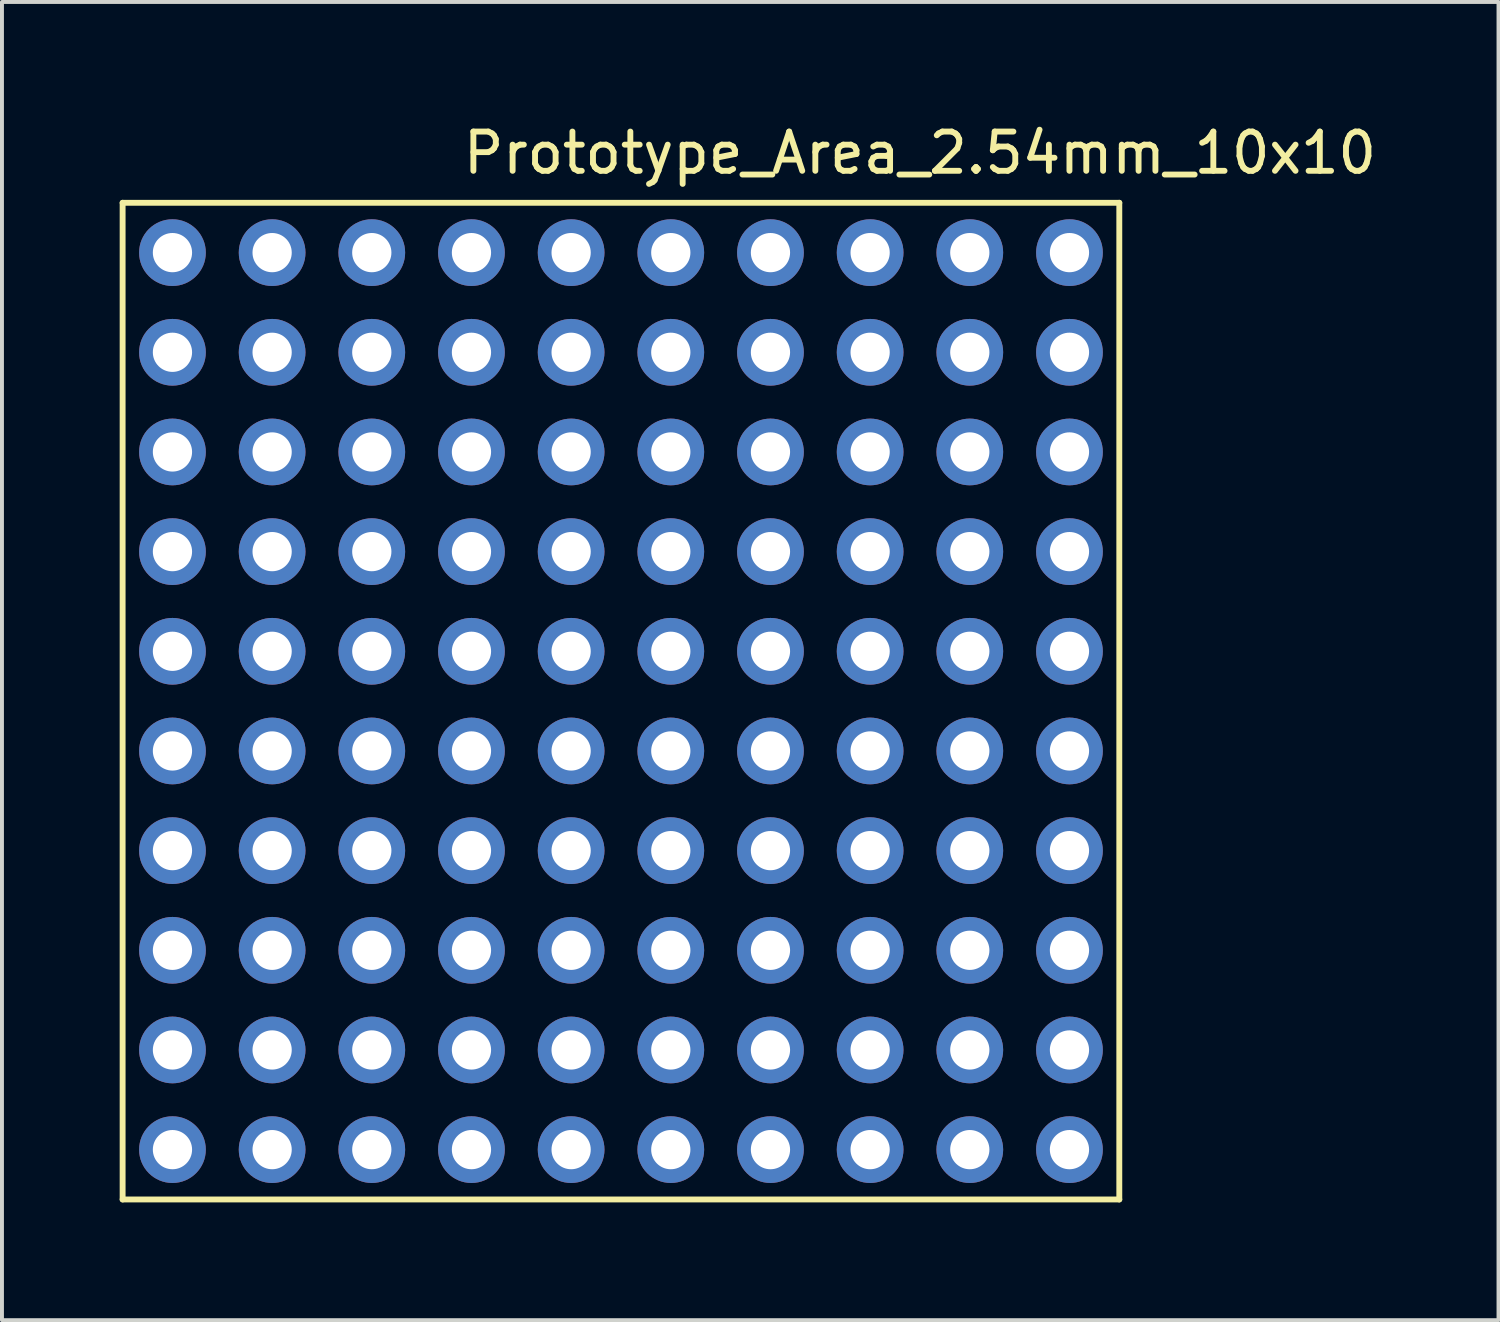
<source format=kicad_pcb>
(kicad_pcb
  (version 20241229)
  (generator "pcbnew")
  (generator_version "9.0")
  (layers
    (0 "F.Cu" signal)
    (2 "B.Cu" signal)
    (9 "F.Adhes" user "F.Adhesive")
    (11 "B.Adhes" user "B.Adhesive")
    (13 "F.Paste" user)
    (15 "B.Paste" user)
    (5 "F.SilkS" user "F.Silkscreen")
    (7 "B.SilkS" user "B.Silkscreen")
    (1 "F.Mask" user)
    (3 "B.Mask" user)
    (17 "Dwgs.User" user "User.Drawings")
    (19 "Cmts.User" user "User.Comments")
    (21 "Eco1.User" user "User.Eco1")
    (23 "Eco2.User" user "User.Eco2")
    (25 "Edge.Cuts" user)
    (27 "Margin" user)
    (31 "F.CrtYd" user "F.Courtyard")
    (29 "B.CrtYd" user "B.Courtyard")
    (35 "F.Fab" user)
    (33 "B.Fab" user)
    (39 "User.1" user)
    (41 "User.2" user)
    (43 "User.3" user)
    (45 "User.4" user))
  (footprint "Prototype_Area_2.54mm_10x10"
    (layer "F.Cu")
    (at 24.205 3.388)
    (property "Reference" "Prototype_Area_2.54mm_10x10" (at -3.81 -2.54 0) (layer "F.SilkS") (effects (font (size 1 1) (thickness 0.15))))
    (attr through_hole)
    (fp_line (start -24.13 -1.27) (end 1.27 -1.27) (stroke (width 0.15) (type solid)) (layer "F.SilkS"))
    (fp_line (start -24.13 24.13) (end -24.13 -1.27) (stroke (width 0.15) (type solid)) (layer "F.SilkS"))
    (fp_line (start 1.27 -1.27) (end 1.27 24.13) (stroke (width 0.15) (type solid)) (layer "F.SilkS"))
    (fp_line (start 1.27 24.13) (end -24.13 24.13) (stroke (width 0.15) (type solid)) (layer "F.SilkS"))
    (pad "1" thru_hole circle (at 0 0) (size 1.7 1.7) (drill 1) (layers "*.Cu" "*.Mask"))
    (pad "2" thru_hole oval (at -2.54 0) (size 1.7 1.7) (drill 1) (layers "*.Cu" "*.Mask"))
    (pad "3" thru_hole oval (at -5.08 0) (size 1.7 1.7) (drill 1) (layers "*.Cu" "*.Mask"))
    (pad "4" thru_hole oval (at -7.62 0) (size 1.7 1.7) (drill 1) (layers "*.Cu" "*.Mask"))
    (pad "5" thru_hole circle (at -10.16 0) (size 1.7 1.7) (drill 1) (layers "*.Cu" "*.Mask"))
    (pad "6" thru_hole oval (at -12.7 0) (size 1.7 1.7) (drill 1) (layers "*.Cu" "*.Mask"))
    (pad "7" thru_hole oval (at -15.24 0) (size 1.7 1.7) (drill 1) (layers "*.Cu" "*.Mask"))
    (pad "8" thru_hole oval (at -17.78 0) (size 1.7 1.7) (drill 1) (layers "*.Cu" "*.Mask"))
    (pad "9" thru_hole oval (at -20.32 0) (size 1.7 1.7) (drill 1) (layers "*.Cu" "*.Mask"))
    (pad "10" thru_hole oval (at -22.86 0) (size 1.7 1.7) (drill 1) (layers "*.Cu" "*.Mask"))
    (pad "11" thru_hole oval (at -22.86 2.54) (size 1.7 1.7) (drill 1) (layers "*.Cu" "*.Mask"))
    (pad "12" thru_hole oval (at -20.32 2.54) (size 1.7 1.7) (drill 1) (layers "*.Cu" "*.Mask"))
    (pad "13" thru_hole oval (at -17.78 2.54) (size 1.7 1.7) (drill 1) (layers "*.Cu" "*.Mask"))
    (pad "14" thru_hole oval (at -15.24 2.54) (size 1.7 1.7) (drill 1) (layers "*.Cu" "*.Mask"))
    (pad "15" thru_hole oval (at -12.7 2.54) (size 1.7 1.7) (drill 1) (layers "*.Cu" "*.Mask"))
    (pad "16" thru_hole oval (at -10.16 2.54) (size 1.7 1.7) (drill 1) (layers "*.Cu" "*.Mask"))
    (pad "17" thru_hole oval (at -7.62 2.54) (size 1.7 1.7) (drill 1) (layers "*.Cu" "*.Mask"))
    (pad "18" thru_hole oval (at -5.08 2.54) (size 1.7 1.7) (drill 1) (layers "*.Cu" "*.Mask"))
    (pad "19" thru_hole oval (at -2.54 2.54) (size 1.7 1.7) (drill 1) (layers "*.Cu" "*.Mask"))
    (pad "20" thru_hole oval (at 0 2.54) (size 1.7 1.7) (drill 1) (layers "*.Cu" "*.Mask"))
    (pad "21" thru_hole oval (at 0 5.08) (size 1.7 1.7) (drill 1) (layers "*.Cu" "*.Mask"))
    (pad "22" thru_hole oval (at -2.54 5.08) (size 1.7 1.7) (drill 1) (layers "*.Cu" "*.Mask"))
    (pad "23" thru_hole oval (at -5.08 5.08) (size 1.7 1.7) (drill 1) (layers "*.Cu" "*.Mask"))
    (pad "24" thru_hole oval (at -7.62 5.08) (size 1.7 1.7) (drill 1) (layers "*.Cu" "*.Mask"))
    (pad "25" thru_hole oval (at -10.16 5.08) (size 1.7 1.7) (drill 1) (layers "*.Cu" "*.Mask"))
    (pad "26" thru_hole oval (at -12.7 5.08) (size 1.7 1.7) (drill 1) (layers "*.Cu" "*.Mask"))
    (pad "27" thru_hole oval (at -15.24 5.08) (size 1.7 1.7) (drill 1) (layers "*.Cu" "*.Mask"))
    (pad "28" thru_hole oval (at -17.78 5.08) (size 1.7 1.7) (drill 1) (layers "*.Cu" "*.Mask"))
    (pad "29" thru_hole oval (at -20.32 5.08) (size 1.7 1.7) (drill 1) (layers "*.Cu" "*.Mask"))
    (pad "30" thru_hole oval (at -22.86 5.08) (size 1.7 1.7) (drill 1) (layers "*.Cu" "*.Mask"))
    (pad "31" thru_hole oval (at -22.86 7.62) (size 1.7 1.7) (drill 1) (layers "*.Cu" "*.Mask"))
    (pad "32" thru_hole oval (at -20.32 7.62) (size 1.7 1.7) (drill 1) (layers "*.Cu" "*.Mask"))
    (pad "33" thru_hole oval (at -17.78 7.62) (size 1.7 1.7) (drill 1) (layers "*.Cu" "*.Mask"))
    (pad "34" thru_hole oval (at -15.24 7.62) (size 1.7 1.7) (drill 1) (layers "*.Cu" "*.Mask"))
    (pad "35" thru_hole oval (at -12.7 7.62) (size 1.7 1.7) (drill 1) (layers "*.Cu" "*.Mask"))
    (pad "36" thru_hole oval (at -10.16 7.62) (size 1.7 1.7) (drill 1) (layers "*.Cu" "*.Mask"))
    (pad "37" thru_hole oval (at -7.62 7.62) (size 1.7 1.7) (drill 1) (layers "*.Cu" "*.Mask"))
    (pad "38" thru_hole oval (at -5.08 7.62) (size 1.7 1.7) (drill 1) (layers "*.Cu" "*.Mask"))
    (pad "39" thru_hole oval (at -2.54 7.62) (size 1.7 1.7) (drill 1) (layers "*.Cu" "*.Mask"))
    (pad "40" thru_hole oval (at 0 7.62) (size 1.7 1.7) (drill 1) (layers "*.Cu" "*.Mask"))
    (pad "41" thru_hole oval (at 0 10.16) (size 1.7 1.7) (drill 1) (layers "*.Cu" "*.Mask"))
    (pad "42" thru_hole oval (at -2.54 10.16) (size 1.7 1.7) (drill 1) (layers "*.Cu" "*.Mask"))
    (pad "43" thru_hole oval (at -5.08 10.16) (size 1.7 1.7) (drill 1) (layers "*.Cu" "*.Mask"))
    (pad "44" thru_hole oval (at -7.62 10.16) (size 1.7 1.7) (drill 1) (layers "*.Cu" "*.Mask"))
    (pad "45" thru_hole oval (at -10.16 10.16) (size 1.7 1.7) (drill 1) (layers "*.Cu" "*.Mask"))
    (pad "46" thru_hole oval (at -12.7 10.16) (size 1.7 1.7) (drill 1) (layers "*.Cu" "*.Mask"))
    (pad "47" thru_hole oval (at -15.24 10.16) (size 1.7 1.7) (drill 1) (layers "*.Cu" "*.Mask"))
    (pad "48" thru_hole oval (at -17.78 10.16) (size 1.7 1.7) (drill 1) (layers "*.Cu" "*.Mask"))
    (pad "49" thru_hole oval (at -20.32 10.16) (size 1.7 1.7) (drill 1) (layers "*.Cu" "*.Mask"))
    (pad "50" thru_hole oval (at -22.86 10.16) (size 1.7 1.7) (drill 1) (layers "*.Cu" "*.Mask"))
    (pad "51" thru_hole oval (at -22.86 12.7) (size 1.7 1.7) (drill 1) (layers "*.Cu" "*.Mask"))
    (pad "52" thru_hole oval (at -20.32 12.7) (size 1.7 1.7) (drill 1) (layers "*.Cu" "*.Mask"))
    (pad "53" thru_hole oval (at -17.78 12.7) (size 1.7 1.7) (drill 1) (layers "*.Cu" "*.Mask"))
    (pad "54" thru_hole oval (at -15.24 12.7) (size 1.7 1.7) (drill 1) (layers "*.Cu" "*.Mask"))
    (pad "55" thru_hole oval (at -12.7 12.7) (size 1.7 1.7) (drill 1) (layers "*.Cu" "*.Mask"))
    (pad "56" thru_hole oval (at -10.16 12.7) (size 1.7 1.7) (drill 1) (layers "*.Cu" "*.Mask"))
    (pad "57" thru_hole oval (at -7.62 12.7) (size 1.7 1.7) (drill 1) (layers "*.Cu" "*.Mask"))
    (pad "58" thru_hole oval (at -5.08 12.7) (size 1.7 1.7) (drill 1) (layers "*.Cu" "*.Mask"))
    (pad "59" thru_hole oval (at -2.54 12.7) (size 1.7 1.7) (drill 1) (layers "*.Cu" "*.Mask"))
    (pad "60" thru_hole oval (at 0 12.7) (size 1.7 1.7) (drill 1) (layers "*.Cu" "*.Mask"))
    (pad "61" thru_hole oval (at 0 15.24) (size 1.7 1.7) (drill 1) (layers "*.Cu" "*.Mask"))
    (pad "62" thru_hole oval (at -2.54 15.24) (size 1.7 1.7) (drill 1) (layers "*.Cu" "*.Mask"))
    (pad "63" thru_hole oval (at -5.08 15.24) (size 1.7 1.7) (drill 1) (layers "*.Cu" "*.Mask"))
    (pad "64" thru_hole oval (at -7.62 15.24) (size 1.7 1.7) (drill 1) (layers "*.Cu" "*.Mask"))
    (pad "65" thru_hole oval (at -10.16 15.24) (size 1.7 1.7) (drill 1) (layers "*.Cu" "*.Mask"))
    (pad "66" thru_hole oval (at -12.7 15.24) (size 1.7 1.7) (drill 1) (layers "*.Cu" "*.Mask"))
    (pad "67" thru_hole oval (at -15.24 15.24) (size 1.7 1.7) (drill 1) (layers "*.Cu" "*.Mask"))
    (pad "68" thru_hole oval (at -17.78 15.24) (size 1.7 1.7) (drill 1) (layers "*.Cu" "*.Mask"))
    (pad "69" thru_hole oval (at -20.32 15.24) (size 1.7 1.7) (drill 1) (layers "*.Cu" "*.Mask"))
    (pad "70" thru_hole oval (at -22.86 15.24) (size 1.7 1.7) (drill 1) (layers "*.Cu" "*.Mask"))
    (pad "71" thru_hole oval (at -22.86 17.78) (size 1.7 1.7) (drill 1) (layers "*.Cu" "*.Mask"))
    (pad "72" thru_hole oval (at -20.32 17.78) (size 1.7 1.7) (drill 1) (layers "*.Cu" "*.Mask"))
    (pad "73" thru_hole oval (at -17.78 17.78) (size 1.7 1.7) (drill 1) (layers "*.Cu" "*.Mask"))
    (pad "74" thru_hole oval (at -15.24 17.78) (size 1.7 1.7) (drill 1) (layers "*.Cu" "*.Mask"))
    (pad "75" thru_hole oval (at -12.7 17.78) (size 1.7 1.7) (drill 1) (layers "*.Cu" "*.Mask"))
    (pad "76" thru_hole oval (at -10.16 17.78) (size 1.7 1.7) (drill 1) (layers "*.Cu" "*.Mask"))
    (pad "77" thru_hole oval (at -7.62 17.78) (size 1.7 1.7) (drill 1) (layers "*.Cu" "*.Mask"))
    (pad "78" thru_hole oval (at -5.08 17.78) (size 1.7 1.7) (drill 1) (layers "*.Cu" "*.Mask"))
    (pad "79" thru_hole oval (at -2.54 17.78) (size 1.7 1.7) (drill 1) (layers "*.Cu" "*.Mask"))
    (pad "80" thru_hole oval (at 0 17.78) (size 1.7 1.7) (drill 1) (layers "*.Cu" "*.Mask"))
    (pad "81" thru_hole oval (at 0 20.32) (size 1.7 1.7) (drill 1) (layers "*.Cu" "*.Mask"))
    (pad "82" thru_hole oval (at -2.54 20.32) (size 1.7 1.7) (drill 1) (layers "*.Cu" "*.Mask"))
    (pad "83" thru_hole oval (at -5.08 20.32) (size 1.7 1.7) (drill 1) (layers "*.Cu" "*.Mask"))
    (pad "84" thru_hole oval (at -7.62 20.32) (size 1.7 1.7) (drill 1) (layers "*.Cu" "*.Mask"))
    (pad "85" thru_hole oval (at -10.16 20.32) (size 1.7 1.7) (drill 1) (layers "*.Cu" "*.Mask"))
    (pad "86" thru_hole oval (at -12.7 20.32) (size 1.7 1.7) (drill 1) (layers "*.Cu" "*.Mask"))
    (pad "87" thru_hole oval (at -15.24 20.32) (size 1.7 1.7) (drill 1) (layers "*.Cu" "*.Mask"))
    (pad "88" thru_hole oval (at -17.78 20.32) (size 1.7 1.7) (drill 1) (layers "*.Cu" "*.Mask"))
    (pad "89" thru_hole oval (at -20.32 20.32) (size 1.7 1.7) (drill 1) (layers "*.Cu" "*.Mask"))
    (pad "90" thru_hole oval (at -22.86 20.32) (size 1.7 1.7) (drill 1) (layers "*.Cu" "*.Mask"))
    (pad "91" thru_hole oval (at -22.86 22.86) (size 1.7 1.7) (drill 1) (layers "*.Cu" "*.Mask"))
    (pad "92" thru_hole oval (at -20.32 22.86) (size 1.7 1.7) (drill 1) (layers "*.Cu" "*.Mask"))
    (pad "93" thru_hole oval (at -17.78 22.86) (size 1.7 1.7) (drill 1) (layers "*.Cu" "*.Mask"))
    (pad "94" thru_hole oval (at -15.24 22.86) (size 1.7 1.7) (drill 1) (layers "*.Cu" "*.Mask"))
    (pad "95" thru_hole oval (at -12.7 22.86) (size 1.7 1.7) (drill 1) (layers "*.Cu" "*.Mask"))
    (pad "96" thru_hole oval (at -10.16 22.86) (size 1.7 1.7) (drill 1) (layers "*.Cu" "*.Mask"))
    (pad "97" thru_hole oval (at -7.62 22.86) (size 1.7 1.7) (drill 1) (layers "*.Cu" "*.Mask"))
    (pad "98" thru_hole oval (at -5.08 22.86) (size 1.7 1.7) (drill 1) (layers "*.Cu" "*.Mask"))
    (pad "99" thru_hole oval (at -2.54 22.86) (size 1.7 1.7) (drill 1) (layers "*.Cu" "*.Mask"))
    (pad "100" thru_hole oval (at 0 22.86) (size 1.7 1.7) (drill 1) (layers "*.Cu" "*.Mask")))
  (gr_rect
    (start -3 -3)
    (end 35.139 30.593)
    (stroke (width 0.1) (type default))
    (fill no)
    (layer "Edge.Cuts")))
</source>
